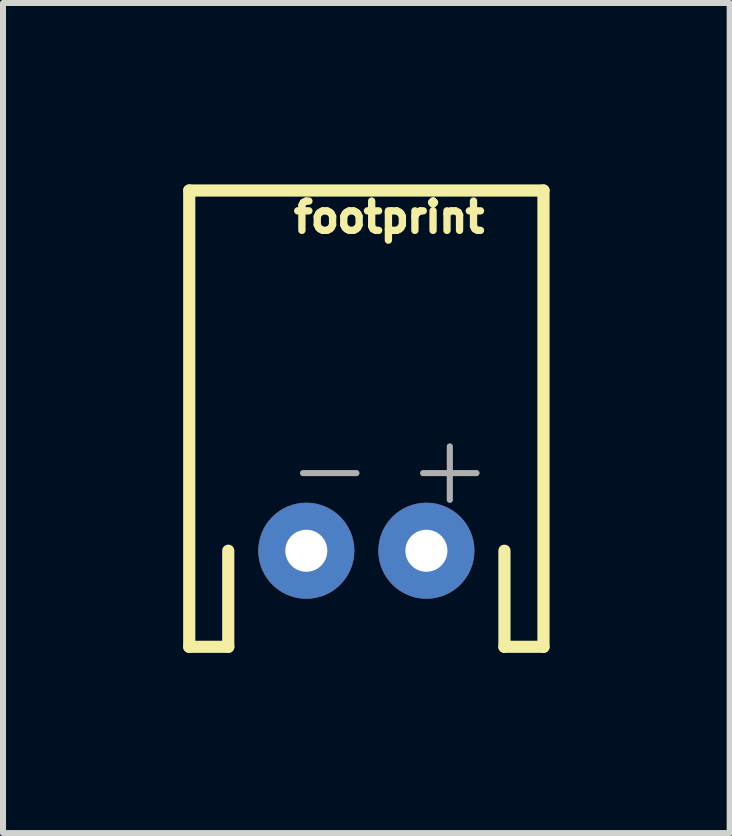
<source format=kicad_pcb>
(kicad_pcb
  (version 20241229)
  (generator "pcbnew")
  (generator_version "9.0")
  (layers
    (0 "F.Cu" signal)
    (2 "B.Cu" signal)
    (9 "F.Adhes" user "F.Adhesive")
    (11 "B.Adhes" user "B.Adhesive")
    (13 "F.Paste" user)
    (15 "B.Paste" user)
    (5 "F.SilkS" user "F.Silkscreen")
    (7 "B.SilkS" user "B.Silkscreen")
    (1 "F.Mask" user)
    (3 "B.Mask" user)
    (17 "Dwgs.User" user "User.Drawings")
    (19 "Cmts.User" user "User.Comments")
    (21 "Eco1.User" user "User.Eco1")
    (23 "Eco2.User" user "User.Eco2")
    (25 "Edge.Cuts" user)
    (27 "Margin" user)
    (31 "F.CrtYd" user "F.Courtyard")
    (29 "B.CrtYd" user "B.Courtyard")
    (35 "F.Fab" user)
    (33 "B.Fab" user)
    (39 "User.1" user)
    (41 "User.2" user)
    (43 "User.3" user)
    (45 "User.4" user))
  (footprint "footprint"
    (layer "F.Cu")
    (at 3.052 6.123)
    (property "Reference" "footprint" (at -1.27 -5.27 0) (layer "F.SilkS") (effects (font (size 0.488 0.488) (thickness 0.122)) (justify left bottom)))
    (fp_line (start -2.95 -6) (end 2.95 -6) (stroke (width 0.203) (type solid)) (layer "F.SilkS"))
    (fp_line (start -2.95 1.6) (end -2.95 -6) (stroke (width 0.203) (type solid)) (layer "F.SilkS"))
    (fp_line (start -2.95 1.6) (end -2.3 1.6) (stroke (width 0.203) (type solid)) (layer "F.SilkS"))
    (fp_line (start -2.3 1.6) (end -2.3 0) (stroke (width 0.203) (type solid)) (layer "F.SilkS"))
    (fp_line (start 2.3 1.6) (end 2.3 0) (stroke (width 0.203) (type solid)) (layer "F.SilkS"))
    (fp_line (start 2.95 -6) (end 2.95 1.6) (stroke (width 0.203) (type solid)) (layer "F.SilkS"))
    (fp_line (start 2.95 1.6) (end 2.3 1.6) (stroke (width 0.203) (type solid)) (layer "F.SilkS"))
    (fp_text user "+" (at 0.6 -0.7 0) (layer "F.Fab") (effects (font (size 1.168 1.168) (thickness 0.102)) (justify left bottom)))
    (fp_text user "-" (at -1.4 -0.7 0) (layer "F.Fab") (effects (font (size 1.168 1.168) (thickness 0.102)) (justify left bottom)))
    (pad "1" thru_hole circle (at -1 0) (size 1.6 1.6) (drill 0.7) (layers "*.Cu" "*.Mask"))
    (pad "2" thru_hole circle (at 1 0) (size 1.6 1.6) (drill 0.7) (layers "*.Cu" "*.Mask")))
  (gr_rect
    (start -3 -3)
    (end 9.103 10.825)
    (stroke (width 0.1) (type default))
    (fill no)
    (layer "Edge.Cuts")))
</source>
